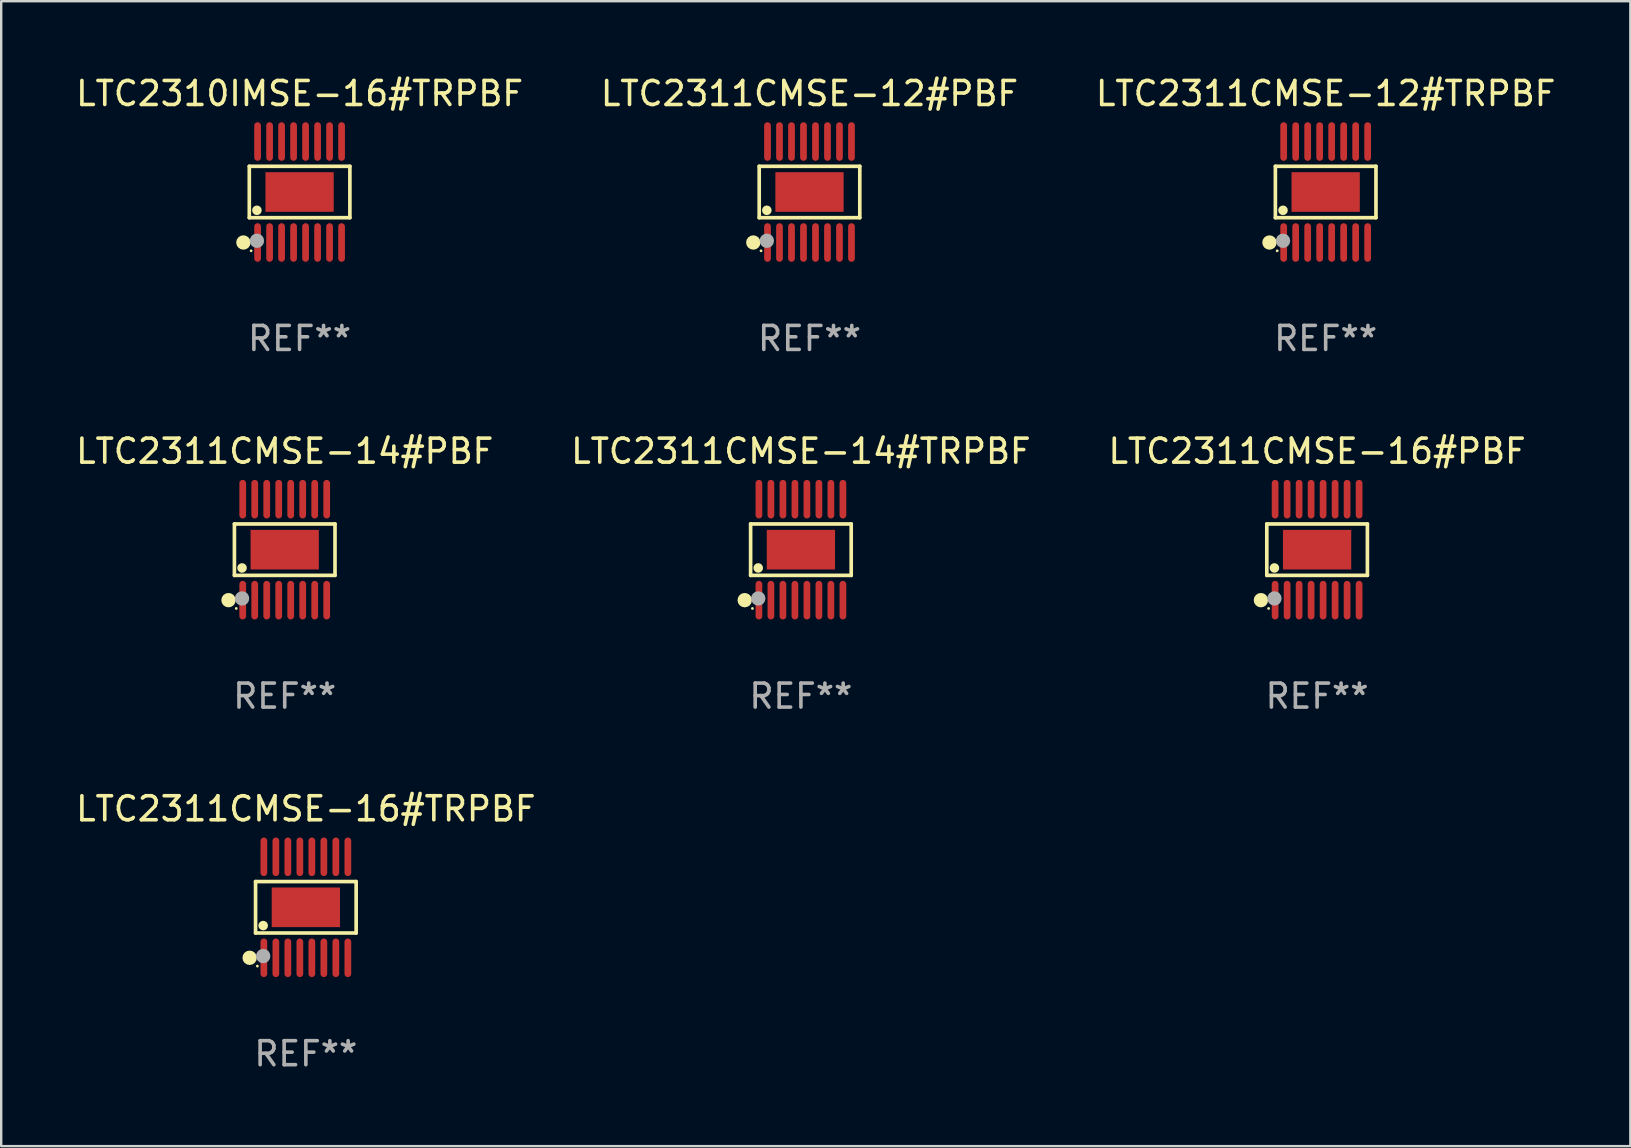
<source format=kicad_pcb>
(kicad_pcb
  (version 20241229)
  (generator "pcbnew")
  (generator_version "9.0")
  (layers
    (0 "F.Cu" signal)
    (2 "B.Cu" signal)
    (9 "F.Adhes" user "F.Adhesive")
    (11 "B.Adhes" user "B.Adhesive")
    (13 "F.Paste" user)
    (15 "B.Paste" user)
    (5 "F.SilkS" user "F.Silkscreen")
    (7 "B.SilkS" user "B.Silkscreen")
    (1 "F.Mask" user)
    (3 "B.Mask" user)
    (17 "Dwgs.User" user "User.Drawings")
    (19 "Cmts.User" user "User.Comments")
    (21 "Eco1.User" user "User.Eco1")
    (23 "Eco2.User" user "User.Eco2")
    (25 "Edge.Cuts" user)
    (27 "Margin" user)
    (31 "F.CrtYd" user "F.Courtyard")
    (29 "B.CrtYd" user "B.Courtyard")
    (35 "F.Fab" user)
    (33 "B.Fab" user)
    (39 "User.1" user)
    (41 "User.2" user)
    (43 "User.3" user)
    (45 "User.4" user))
  (footprint "LTC2311CMSE-14#TRPBF"
    (layer "F.Cu")
    (at 30.327 19.857)
    (property "Reference" "LTC2311CMSE-14#TRPBF" (at 0 -4.104 0) (layer "F.SilkS") (effects (font (size 1 1) (thickness 0.15))))
    (attr through_hole)
    (fp_line (start -2.096 -1.072) (end 2.096 -1.072) (stroke (width 0.152) (type solid)) (layer "F.SilkS"))
    (fp_line (start -2.096 1.071) (end -2.096 -1.072) (stroke (width 0.152) (type solid)) (layer "F.SilkS"))
    (fp_line (start 2.096 -1.072) (end 2.096 1.071) (stroke (width 0.152) (type solid)) (layer "F.SilkS"))
    (fp_line (start 2.096 1.071) (end -2.096 1.071) (stroke (width 0.152) (type solid)) (layer "F.SilkS"))
    (fp_circle (center -2.342 2.104) (end -2.192 2.104) (stroke (width 0.3) (type solid)) (fill no) (layer "F.SilkS"))
    (fp_circle (center -2.02 2.45) (end -1.99 2.45) (stroke (width 0.06) (type solid)) (fill no) (layer "F.SilkS"))
    (fp_circle (center -1.778 0.762) (end -1.678 0.762) (stroke (width 0.2) (type solid)) (fill no) (layer "F.SilkS"))
    (fp_circle (center -1.778 2.032) (end -1.628 2.032) (stroke (width 0.3) (type solid)) (fill no) (layer "F.Fab"))
    (fp_text user "REF**" (at 0 6.104 0) (layer "F.Fab") (effects (font (size 1 1) (thickness 0.15))))
    (pad "1" smd oval (at -1.75 2.104) (size 0.28 1.608) (layers "F.Cu" "F.Mask" "F.Paste"))
    (pad "2" smd oval (at -1.25 2.104) (size 0.28 1.608) (layers "F.Cu" "F.Mask" "F.Paste"))
    (pad "3" smd oval (at -0.75 2.104) (size 0.28 1.608) (layers "F.Cu" "F.Mask" "F.Paste"))
    (pad "4" smd oval (at -0.25 2.104) (size 0.28 1.608) (layers "F.Cu" "F.Mask" "F.Paste"))
    (pad "5" smd oval (at 0.25 2.104) (size 0.28 1.608) (layers "F.Cu" "F.Mask" "F.Paste"))
    (pad "6" smd oval (at 0.75 2.104) (size 0.28 1.608) (layers "F.Cu" "F.Mask" "F.Paste"))
    (pad "7" smd oval (at 1.25 2.104) (size 0.28 1.608) (layers "F.Cu" "F.Mask" "F.Paste"))
    (pad "8" smd oval (at 1.75 2.104) (size 0.28 1.608) (layers "F.Cu" "F.Mask" "F.Paste"))
    (pad "9" smd oval (at 1.75 -2.104) (size 0.28 1.608) (layers "F.Cu" "F.Mask" "F.Paste"))
    (pad "10" smd oval (at 1.25 -2.104) (size 0.28 1.608) (layers "F.Cu" "F.Mask" "F.Paste"))
    (pad "11" smd oval (at 0.75 -2.104) (size 0.28 1.608) (layers "F.Cu" "F.Mask" "F.Paste"))
    (pad "12" smd oval (at 0.25 -2.104) (size 0.28 1.608) (layers "F.Cu" "F.Mask" "F.Paste"))
    (pad "13" smd oval (at -0.25 -2.104) (size 0.28 1.608) (layers "F.Cu" "F.Mask" "F.Paste"))
    (pad "14" smd oval (at -0.75 -2.104) (size 0.28 1.608) (layers "F.Cu" "F.Mask" "F.Paste"))
    (pad "15" smd oval (at -1.25 -2.104) (size 0.28 1.608) (layers "F.Cu" "F.Mask" "F.Paste"))
    (pad "16" smd oval (at -1.75 -2.104) (size 0.28 1.608) (layers "F.Cu" "F.Mask" "F.Paste"))
    (pad "17" smd rect (at 0 -0.000127) (size 2.845 1.651) (layers "F.Cu" "F.Mask" "F.Paste")))
  (footprint "LTC2311CMSE-12#TRPBF"
    (layer "F.Cu")
    (at 52.196 4.952)
    (property "Reference" "LTC2311CMSE-12#TRPBF" (at 0 -4.104 0) (layer "F.SilkS") (effects (font (size 1 1) (thickness 0.15))))
    (attr through_hole)
    (fp_line (start -2.096 -1.072) (end 2.096 -1.072) (stroke (width 0.152) (type solid)) (layer "F.SilkS"))
    (fp_line (start -2.096 1.071) (end -2.096 -1.072) (stroke (width 0.152) (type solid)) (layer "F.SilkS"))
    (fp_line (start 2.096 -1.072) (end 2.096 1.071) (stroke (width 0.152) (type solid)) (layer "F.SilkS"))
    (fp_line (start 2.096 1.071) (end -2.096 1.071) (stroke (width 0.152) (type solid)) (layer "F.SilkS"))
    (fp_circle (center -2.342 2.104) (end -2.192 2.104) (stroke (width 0.3) (type solid)) (fill no) (layer "F.SilkS"))
    (fp_circle (center -2.02 2.45) (end -1.99 2.45) (stroke (width 0.06) (type solid)) (fill no) (layer "F.SilkS"))
    (fp_circle (center -1.778 0.762) (end -1.678 0.762) (stroke (width 0.2) (type solid)) (fill no) (layer "F.SilkS"))
    (fp_circle (center -1.778 2.032) (end -1.628 2.032) (stroke (width 0.3) (type solid)) (fill no) (layer "F.Fab"))
    (fp_text user "REF**" (at 0 6.104 0) (layer "F.Fab") (effects (font (size 1 1) (thickness 0.15))))
    (pad "1" smd oval (at -1.75 2.104) (size 0.28 1.608) (layers "F.Cu" "F.Mask" "F.Paste"))
    (pad "2" smd oval (at -1.25 2.104) (size 0.28 1.608) (layers "F.Cu" "F.Mask" "F.Paste"))
    (pad "3" smd oval (at -0.75 2.104) (size 0.28 1.608) (layers "F.Cu" "F.Mask" "F.Paste"))
    (pad "4" smd oval (at -0.25 2.104) (size 0.28 1.608) (layers "F.Cu" "F.Mask" "F.Paste"))
    (pad "5" smd oval (at 0.25 2.104) (size 0.28 1.608) (layers "F.Cu" "F.Mask" "F.Paste"))
    (pad "6" smd oval (at 0.75 2.104) (size 0.28 1.608) (layers "F.Cu" "F.Mask" "F.Paste"))
    (pad "7" smd oval (at 1.25 2.104) (size 0.28 1.608) (layers "F.Cu" "F.Mask" "F.Paste"))
    (pad "8" smd oval (at 1.75 2.104) (size 0.28 1.608) (layers "F.Cu" "F.Mask" "F.Paste"))
    (pad "9" smd oval (at 1.75 -2.104) (size 0.28 1.608) (layers "F.Cu" "F.Mask" "F.Paste"))
    (pad "10" smd oval (at 1.25 -2.104) (size 0.28 1.608) (layers "F.Cu" "F.Mask" "F.Paste"))
    (pad "11" smd oval (at 0.75 -2.104) (size 0.28 1.608) (layers "F.Cu" "F.Mask" "F.Paste"))
    (pad "12" smd oval (at 0.25 -2.104) (size 0.28 1.608) (layers "F.Cu" "F.Mask" "F.Paste"))
    (pad "13" smd oval (at -0.25 -2.104) (size 0.28 1.608) (layers "F.Cu" "F.Mask" "F.Paste"))
    (pad "14" smd oval (at -0.75 -2.104) (size 0.28 1.608) (layers "F.Cu" "F.Mask" "F.Paste"))
    (pad "15" smd oval (at -1.25 -2.104) (size 0.28 1.608) (layers "F.Cu" "F.Mask" "F.Paste"))
    (pad "16" smd oval (at -1.75 -2.104) (size 0.28 1.608) (layers "F.Cu" "F.Mask" "F.Paste"))
    (pad "17" smd rect (at 0 -0.000127) (size 2.845 1.651) (layers "F.Cu" "F.Mask" "F.Paste")))
  (footprint "LTC2311CMSE-16#TRPBF"
    (layer "F.Cu")
    (at 9.696 34.761)
    (property "Reference" "LTC2311CMSE-16#TRPBF" (at 0 -4.104 0) (layer "F.SilkS") (effects (font (size 1 1) (thickness 0.15))))
    (attr through_hole)
    (fp_line (start -2.096 -1.072) (end 2.096 -1.072) (stroke (width 0.152) (type solid)) (layer "F.SilkS"))
    (fp_line (start -2.096 1.071) (end -2.096 -1.072) (stroke (width 0.152) (type solid)) (layer "F.SilkS"))
    (fp_line (start 2.096 -1.072) (end 2.096 1.071) (stroke (width 0.152) (type solid)) (layer "F.SilkS"))
    (fp_line (start 2.096 1.071) (end -2.096 1.071) (stroke (width 0.152) (type solid)) (layer "F.SilkS"))
    (fp_circle (center -2.342 2.104) (end -2.192 2.104) (stroke (width 0.3) (type solid)) (fill no) (layer "F.SilkS"))
    (fp_circle (center -2.02 2.45) (end -1.99 2.45) (stroke (width 0.06) (type solid)) (fill no) (layer "F.SilkS"))
    (fp_circle (center -1.778 0.762) (end -1.678 0.762) (stroke (width 0.2) (type solid)) (fill no) (layer "F.SilkS"))
    (fp_circle (center -1.778 2.032) (end -1.628 2.032) (stroke (width 0.3) (type solid)) (fill no) (layer "F.Fab"))
    (fp_text user "REF**" (at 0 6.104 0) (layer "F.Fab") (effects (font (size 1 1) (thickness 0.15))))
    (pad "1" smd oval (at -1.75 2.104) (size 0.28 1.608) (layers "F.Cu" "F.Mask" "F.Paste"))
    (pad "2" smd oval (at -1.25 2.104) (size 0.28 1.608) (layers "F.Cu" "F.Mask" "F.Paste"))
    (pad "3" smd oval (at -0.75 2.104) (size 0.28 1.608) (layers "F.Cu" "F.Mask" "F.Paste"))
    (pad "4" smd oval (at -0.25 2.104) (size 0.28 1.608) (layers "F.Cu" "F.Mask" "F.Paste"))
    (pad "5" smd oval (at 0.25 2.104) (size 0.28 1.608) (layers "F.Cu" "F.Mask" "F.Paste"))
    (pad "6" smd oval (at 0.75 2.104) (size 0.28 1.608) (layers "F.Cu" "F.Mask" "F.Paste"))
    (pad "7" smd oval (at 1.25 2.104) (size 0.28 1.608) (layers "F.Cu" "F.Mask" "F.Paste"))
    (pad "8" smd oval (at 1.75 2.104) (size 0.28 1.608) (layers "F.Cu" "F.Mask" "F.Paste"))
    (pad "9" smd oval (at 1.75 -2.104) (size 0.28 1.608) (layers "F.Cu" "F.Mask" "F.Paste"))
    (pad "10" smd oval (at 1.25 -2.104) (size 0.28 1.608) (layers "F.Cu" "F.Mask" "F.Paste"))
    (pad "11" smd oval (at 0.75 -2.104) (size 0.28 1.608) (layers "F.Cu" "F.Mask" "F.Paste"))
    (pad "12" smd oval (at 0.25 -2.104) (size 0.28 1.608) (layers "F.Cu" "F.Mask" "F.Paste"))
    (pad "13" smd oval (at -0.25 -2.104) (size 0.28 1.608) (layers "F.Cu" "F.Mask" "F.Paste"))
    (pad "14" smd oval (at -0.75 -2.104) (size 0.28 1.608) (layers "F.Cu" "F.Mask" "F.Paste"))
    (pad "15" smd oval (at -1.25 -2.104) (size 0.28 1.608) (layers "F.Cu" "F.Mask" "F.Paste"))
    (pad "16" smd oval (at -1.75 -2.104) (size 0.28 1.608) (layers "F.Cu" "F.Mask" "F.Paste"))
    (pad "17" smd rect (at 0 -0.000127) (size 2.845 1.651) (layers "F.Cu" "F.Mask" "F.Paste")))
  (footprint "LTC2311CMSE-14#PBF"
    (layer "F.Cu")
    (at 8.815 19.857)
    (property "Reference" "LTC2311CMSE-14#PBF" (at 0 -4.104 0) (layer "F.SilkS") (effects (font (size 1 1) (thickness 0.15))))
    (attr through_hole)
    (fp_line (start -2.096 -1.072) (end 2.096 -1.072) (stroke (width 0.152) (type solid)) (layer "F.SilkS"))
    (fp_line (start -2.096 1.071) (end -2.096 -1.072) (stroke (width 0.152) (type solid)) (layer "F.SilkS"))
    (fp_line (start 2.096 -1.072) (end 2.096 1.071) (stroke (width 0.152) (type solid)) (layer "F.SilkS"))
    (fp_line (start 2.096 1.071) (end -2.096 1.071) (stroke (width 0.152) (type solid)) (layer "F.SilkS"))
    (fp_circle (center -2.342 2.104) (end -2.192 2.104) (stroke (width 0.3) (type solid)) (fill no) (layer "F.SilkS"))
    (fp_circle (center -2.02 2.45) (end -1.99 2.45) (stroke (width 0.06) (type solid)) (fill no) (layer "F.SilkS"))
    (fp_circle (center -1.778 0.762) (end -1.678 0.762) (stroke (width 0.2) (type solid)) (fill no) (layer "F.SilkS"))
    (fp_circle (center -1.778 2.032) (end -1.628 2.032) (stroke (width 0.3) (type solid)) (fill no) (layer "F.Fab"))
    (fp_text user "REF**" (at 0 6.104 0) (layer "F.Fab") (effects (font (size 1 1) (thickness 0.15))))
    (pad "1" smd oval (at -1.75 2.104) (size 0.28 1.608) (layers "F.Cu" "F.Mask" "F.Paste"))
    (pad "2" smd oval (at -1.25 2.104) (size 0.28 1.608) (layers "F.Cu" "F.Mask" "F.Paste"))
    (pad "3" smd oval (at -0.75 2.104) (size 0.28 1.608) (layers "F.Cu" "F.Mask" "F.Paste"))
    (pad "4" smd oval (at -0.25 2.104) (size 0.28 1.608) (layers "F.Cu" "F.Mask" "F.Paste"))
    (pad "5" smd oval (at 0.25 2.104) (size 0.28 1.608) (layers "F.Cu" "F.Mask" "F.Paste"))
    (pad "6" smd oval (at 0.75 2.104) (size 0.28 1.608) (layers "F.Cu" "F.Mask" "F.Paste"))
    (pad "7" smd oval (at 1.25 2.104) (size 0.28 1.608) (layers "F.Cu" "F.Mask" "F.Paste"))
    (pad "8" smd oval (at 1.75 2.104) (size 0.28 1.608) (layers "F.Cu" "F.Mask" "F.Paste"))
    (pad "9" smd oval (at 1.75 -2.104) (size 0.28 1.608) (layers "F.Cu" "F.Mask" "F.Paste"))
    (pad "10" smd oval (at 1.25 -2.104) (size 0.28 1.608) (layers "F.Cu" "F.Mask" "F.Paste"))
    (pad "11" smd oval (at 0.75 -2.104) (size 0.28 1.608) (layers "F.Cu" "F.Mask" "F.Paste"))
    (pad "12" smd oval (at 0.25 -2.104) (size 0.28 1.608) (layers "F.Cu" "F.Mask" "F.Paste"))
    (pad "13" smd oval (at -0.25 -2.104) (size 0.28 1.608) (layers "F.Cu" "F.Mask" "F.Paste"))
    (pad "14" smd oval (at -0.75 -2.104) (size 0.28 1.608) (layers "F.Cu" "F.Mask" "F.Paste"))
    (pad "15" smd oval (at -1.25 -2.104) (size 0.28 1.608) (layers "F.Cu" "F.Mask" "F.Paste"))
    (pad "16" smd oval (at -1.75 -2.104) (size 0.28 1.608) (layers "F.Cu" "F.Mask" "F.Paste"))
    (pad "17" smd rect (at 0 -0.000127) (size 2.845 1.651) (layers "F.Cu" "F.Mask" "F.Paste")))
  (footprint "LTC2311CMSE-12#PBF"
    (layer "F.Cu")
    (at 30.685 4.952)
    (property "Reference" "LTC2311CMSE-12#PBF" (at 0 -4.104 0) (layer "F.SilkS") (effects (font (size 1 1) (thickness 0.15))))
    (attr through_hole)
    (fp_line (start -2.096 -1.072) (end 2.096 -1.072) (stroke (width 0.152) (type solid)) (layer "F.SilkS"))
    (fp_line (start -2.096 1.071) (end -2.096 -1.072) (stroke (width 0.152) (type solid)) (layer "F.SilkS"))
    (fp_line (start 2.096 -1.072) (end 2.096 1.071) (stroke (width 0.152) (type solid)) (layer "F.SilkS"))
    (fp_line (start 2.096 1.071) (end -2.096 1.071) (stroke (width 0.152) (type solid)) (layer "F.SilkS"))
    (fp_circle (center -2.342 2.104) (end -2.192 2.104) (stroke (width 0.3) (type solid)) (fill no) (layer "F.SilkS"))
    (fp_circle (center -2.02 2.45) (end -1.99 2.45) (stroke (width 0.06) (type solid)) (fill no) (layer "F.SilkS"))
    (fp_circle (center -1.778 0.762) (end -1.678 0.762) (stroke (width 0.2) (type solid)) (fill no) (layer "F.SilkS"))
    (fp_circle (center -1.778 2.032) (end -1.628 2.032) (stroke (width 0.3) (type solid)) (fill no) (layer "F.Fab"))
    (fp_text user "REF**" (at 0 6.104 0) (layer "F.Fab") (effects (font (size 1 1) (thickness 0.15))))
    (pad "1" smd oval (at -1.75 2.104) (size 0.28 1.608) (layers "F.Cu" "F.Mask" "F.Paste"))
    (pad "2" smd oval (at -1.25 2.104) (size 0.28 1.608) (layers "F.Cu" "F.Mask" "F.Paste"))
    (pad "3" smd oval (at -0.75 2.104) (size 0.28 1.608) (layers "F.Cu" "F.Mask" "F.Paste"))
    (pad "4" smd oval (at -0.25 2.104) (size 0.28 1.608) (layers "F.Cu" "F.Mask" "F.Paste"))
    (pad "5" smd oval (at 0.25 2.104) (size 0.28 1.608) (layers "F.Cu" "F.Mask" "F.Paste"))
    (pad "6" smd oval (at 0.75 2.104) (size 0.28 1.608) (layers "F.Cu" "F.Mask" "F.Paste"))
    (pad "7" smd oval (at 1.25 2.104) (size 0.28 1.608) (layers "F.Cu" "F.Mask" "F.Paste"))
    (pad "8" smd oval (at 1.75 2.104) (size 0.28 1.608) (layers "F.Cu" "F.Mask" "F.Paste"))
    (pad "9" smd oval (at 1.75 -2.104) (size 0.28 1.608) (layers "F.Cu" "F.Mask" "F.Paste"))
    (pad "10" smd oval (at 1.25 -2.104) (size 0.28 1.608) (layers "F.Cu" "F.Mask" "F.Paste"))
    (pad "11" smd oval (at 0.75 -2.104) (size 0.28 1.608) (layers "F.Cu" "F.Mask" "F.Paste"))
    (pad "12" smd oval (at 0.25 -2.104) (size 0.28 1.608) (layers "F.Cu" "F.Mask" "F.Paste"))
    (pad "13" smd oval (at -0.25 -2.104) (size 0.28 1.608) (layers "F.Cu" "F.Mask" "F.Paste"))
    (pad "14" smd oval (at -0.75 -2.104) (size 0.28 1.608) (layers "F.Cu" "F.Mask" "F.Paste"))
    (pad "15" smd oval (at -1.25 -2.104) (size 0.28 1.608) (layers "F.Cu" "F.Mask" "F.Paste"))
    (pad "16" smd oval (at -1.75 -2.104) (size 0.28 1.608) (layers "F.Cu" "F.Mask" "F.Paste"))
    (pad "17" smd rect (at 0 -0.000127) (size 2.845 1.651) (layers "F.Cu" "F.Mask" "F.Paste")))
  (footprint "LTC2310IMSE-16#TRPBF"
    (layer "F.Cu")
    (at 9.435 4.952)
    (property "Reference" "LTC2310IMSE-16#TRPBF" (at 0 -4.104 0) (layer "F.SilkS") (effects (font (size 1 1) (thickness 0.15))))
    (attr through_hole)
    (fp_line (start -2.096 -1.072) (end 2.096 -1.072) (stroke (width 0.152) (type solid)) (layer "F.SilkS"))
    (fp_line (start -2.096 1.071) (end -2.096 -1.072) (stroke (width 0.152) (type solid)) (layer "F.SilkS"))
    (fp_line (start 2.096 -1.072) (end 2.096 1.071) (stroke (width 0.152) (type solid)) (layer "F.SilkS"))
    (fp_line (start 2.096 1.071) (end -2.096 1.071) (stroke (width 0.152) (type solid)) (layer "F.SilkS"))
    (fp_circle (center -2.342 2.104) (end -2.192 2.104) (stroke (width 0.3) (type solid)) (fill no) (layer "F.SilkS"))
    (fp_circle (center -2.02 2.45) (end -1.99 2.45) (stroke (width 0.06) (type solid)) (fill no) (layer "F.SilkS"))
    (fp_circle (center -1.778 0.762) (end -1.678 0.762) (stroke (width 0.2) (type solid)) (fill no) (layer "F.SilkS"))
    (fp_circle (center -1.778 2.032) (end -1.628 2.032) (stroke (width 0.3) (type solid)) (fill no) (layer "F.Fab"))
    (fp_text user "REF**" (at 0 6.104 0) (layer "F.Fab") (effects (font (size 1 1) (thickness 0.15))))
    (pad "1" smd oval (at -1.75 2.104) (size 0.28 1.608) (layers "F.Cu" "F.Mask" "F.Paste"))
    (pad "2" smd oval (at -1.25 2.104) (size 0.28 1.608) (layers "F.Cu" "F.Mask" "F.Paste"))
    (pad "3" smd oval (at -0.75 2.104) (size 0.28 1.608) (layers "F.Cu" "F.Mask" "F.Paste"))
    (pad "4" smd oval (at -0.25 2.104) (size 0.28 1.608) (layers "F.Cu" "F.Mask" "F.Paste"))
    (pad "5" smd oval (at 0.25 2.104) (size 0.28 1.608) (layers "F.Cu" "F.Mask" "F.Paste"))
    (pad "6" smd oval (at 0.75 2.104) (size 0.28 1.608) (layers "F.Cu" "F.Mask" "F.Paste"))
    (pad "7" smd oval (at 1.25 2.104) (size 0.28 1.608) (layers "F.Cu" "F.Mask" "F.Paste"))
    (pad "8" smd oval (at 1.75 2.104) (size 0.28 1.608) (layers "F.Cu" "F.Mask" "F.Paste"))
    (pad "9" smd oval (at 1.75 -2.104) (size 0.28 1.608) (layers "F.Cu" "F.Mask" "F.Paste"))
    (pad "10" smd oval (at 1.25 -2.104) (size 0.28 1.608) (layers "F.Cu" "F.Mask" "F.Paste"))
    (pad "11" smd oval (at 0.75 -2.104) (size 0.28 1.608) (layers "F.Cu" "F.Mask" "F.Paste"))
    (pad "12" smd oval (at 0.25 -2.104) (size 0.28 1.608) (layers "F.Cu" "F.Mask" "F.Paste"))
    (pad "13" smd oval (at -0.25 -2.104) (size 0.28 1.608) (layers "F.Cu" "F.Mask" "F.Paste"))
    (pad "14" smd oval (at -0.75 -2.104) (size 0.28 1.608) (layers "F.Cu" "F.Mask" "F.Paste"))
    (pad "15" smd oval (at -1.25 -2.104) (size 0.28 1.608) (layers "F.Cu" "F.Mask" "F.Paste"))
    (pad "16" smd oval (at -1.75 -2.104) (size 0.28 1.608) (layers "F.Cu" "F.Mask" "F.Paste"))
    (pad "17" smd rect (at 0 -0.000127) (size 2.845 1.651) (layers "F.Cu" "F.Mask" "F.Paste")))
  (footprint "LTC2311CMSE-16#PBF"
    (layer "F.Cu")
    (at 51.839 19.857)
    (property "Reference" "LTC2311CMSE-16#PBF" (at 0 -4.104 0) (layer "F.SilkS") (effects (font (size 1 1) (thickness 0.15))))
    (attr through_hole)
    (fp_line (start -2.096 -1.072) (end 2.096 -1.072) (stroke (width 0.152) (type solid)) (layer "F.SilkS"))
    (fp_line (start -2.096 1.071) (end -2.096 -1.072) (stroke (width 0.152) (type solid)) (layer "F.SilkS"))
    (fp_line (start 2.096 -1.072) (end 2.096 1.071) (stroke (width 0.152) (type solid)) (layer "F.SilkS"))
    (fp_line (start 2.096 1.071) (end -2.096 1.071) (stroke (width 0.152) (type solid)) (layer "F.SilkS"))
    (fp_circle (center -2.342 2.104) (end -2.192 2.104) (stroke (width 0.3) (type solid)) (fill no) (layer "F.SilkS"))
    (fp_circle (center -2.02 2.45) (end -1.99 2.45) (stroke (width 0.06) (type solid)) (fill no) (layer "F.SilkS"))
    (fp_circle (center -1.778 0.762) (end -1.678 0.762) (stroke (width 0.2) (type solid)) (fill no) (layer "F.SilkS"))
    (fp_circle (center -1.778 2.032) (end -1.628 2.032) (stroke (width 0.3) (type solid)) (fill no) (layer "F.Fab"))
    (fp_text user "REF**" (at 0 6.104 0) (layer "F.Fab") (effects (font (size 1 1) (thickness 0.15))))
    (pad "1" smd oval (at -1.75 2.104) (size 0.28 1.608) (layers "F.Cu" "F.Mask" "F.Paste"))
    (pad "2" smd oval (at -1.25 2.104) (size 0.28 1.608) (layers "F.Cu" "F.Mask" "F.Paste"))
    (pad "3" smd oval (at -0.75 2.104) (size 0.28 1.608) (layers "F.Cu" "F.Mask" "F.Paste"))
    (pad "4" smd oval (at -0.25 2.104) (size 0.28 1.608) (layers "F.Cu" "F.Mask" "F.Paste"))
    (pad "5" smd oval (at 0.25 2.104) (size 0.28 1.608) (layers "F.Cu" "F.Mask" "F.Paste"))
    (pad "6" smd oval (at 0.75 2.104) (size 0.28 1.608) (layers "F.Cu" "F.Mask" "F.Paste"))
    (pad "7" smd oval (at 1.25 2.104) (size 0.28 1.608) (layers "F.Cu" "F.Mask" "F.Paste"))
    (pad "8" smd oval (at 1.75 2.104) (size 0.28 1.608) (layers "F.Cu" "F.Mask" "F.Paste"))
    (pad "9" smd oval (at 1.75 -2.104) (size 0.28 1.608) (layers "F.Cu" "F.Mask" "F.Paste"))
    (pad "10" smd oval (at 1.25 -2.104) (size 0.28 1.608) (layers "F.Cu" "F.Mask" "F.Paste"))
    (pad "11" smd oval (at 0.75 -2.104) (size 0.28 1.608) (layers "F.Cu" "F.Mask" "F.Paste"))
    (pad "12" smd oval (at 0.25 -2.104) (size 0.28 1.608) (layers "F.Cu" "F.Mask" "F.Paste"))
    (pad "13" smd oval (at -0.25 -2.104) (size 0.28 1.608) (layers "F.Cu" "F.Mask" "F.Paste"))
    (pad "14" smd oval (at -0.75 -2.104) (size 0.28 1.608) (layers "F.Cu" "F.Mask" "F.Paste"))
    (pad "15" smd oval (at -1.25 -2.104) (size 0.28 1.608) (layers "F.Cu" "F.Mask" "F.Paste"))
    (pad "16" smd oval (at -1.75 -2.104) (size 0.28 1.608) (layers "F.Cu" "F.Mask" "F.Paste"))
    (pad "17" smd rect (at 0 -0.000127) (size 2.845 1.651) (layers "F.Cu" "F.Mask" "F.Paste")))
  (gr_rect
    (start -3 -3)
    (end 64.893 44.714)
    (stroke (width 0.1) (type default))
    (fill no)
    (layer "Edge.Cuts")))
</source>
